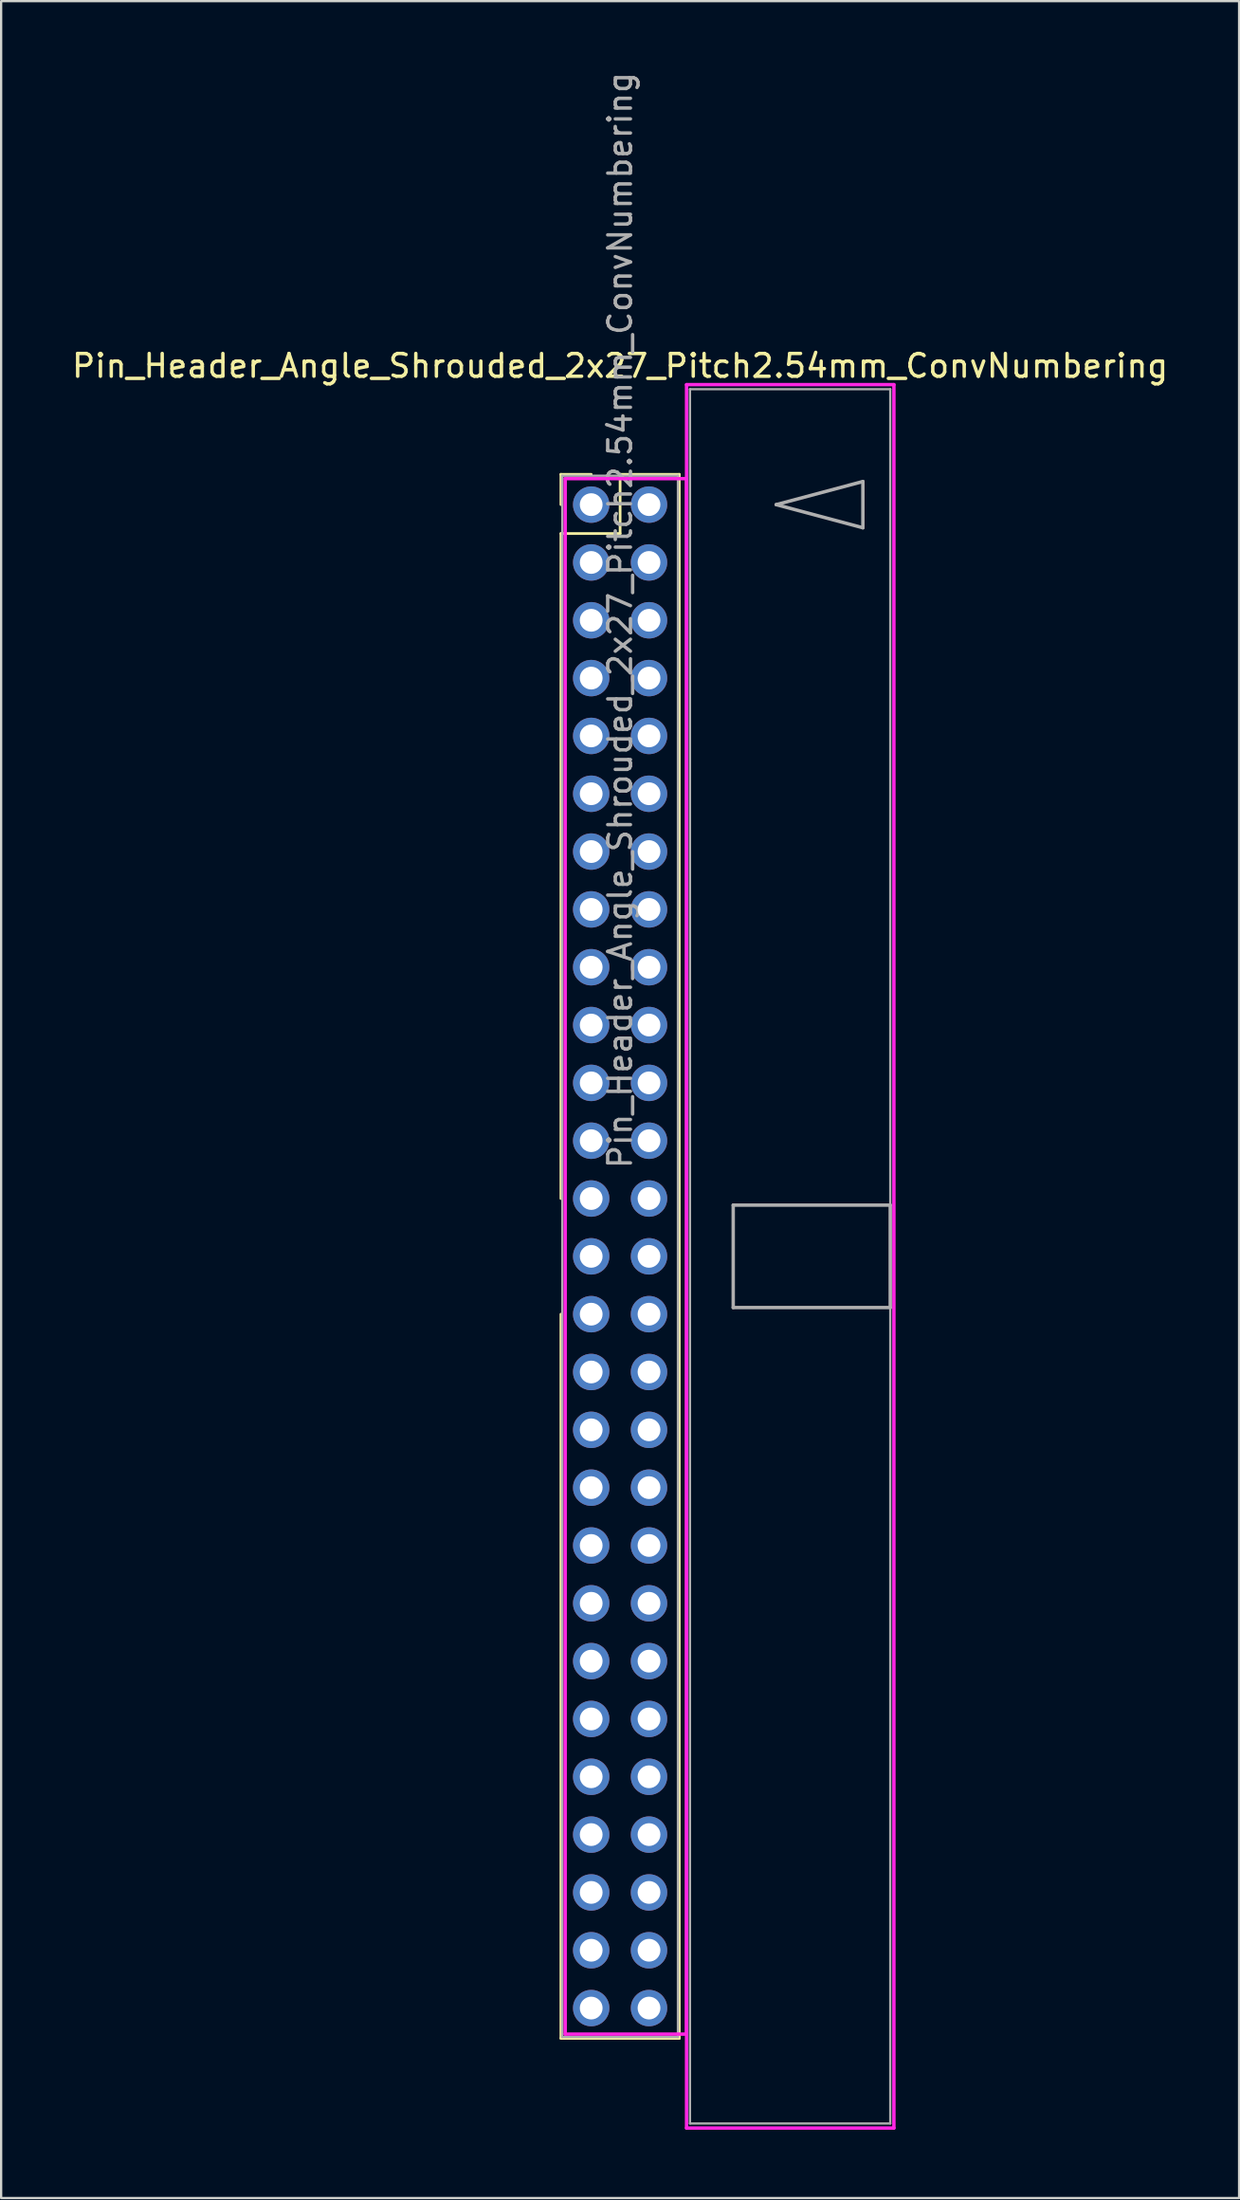
<source format=kicad_pcb>
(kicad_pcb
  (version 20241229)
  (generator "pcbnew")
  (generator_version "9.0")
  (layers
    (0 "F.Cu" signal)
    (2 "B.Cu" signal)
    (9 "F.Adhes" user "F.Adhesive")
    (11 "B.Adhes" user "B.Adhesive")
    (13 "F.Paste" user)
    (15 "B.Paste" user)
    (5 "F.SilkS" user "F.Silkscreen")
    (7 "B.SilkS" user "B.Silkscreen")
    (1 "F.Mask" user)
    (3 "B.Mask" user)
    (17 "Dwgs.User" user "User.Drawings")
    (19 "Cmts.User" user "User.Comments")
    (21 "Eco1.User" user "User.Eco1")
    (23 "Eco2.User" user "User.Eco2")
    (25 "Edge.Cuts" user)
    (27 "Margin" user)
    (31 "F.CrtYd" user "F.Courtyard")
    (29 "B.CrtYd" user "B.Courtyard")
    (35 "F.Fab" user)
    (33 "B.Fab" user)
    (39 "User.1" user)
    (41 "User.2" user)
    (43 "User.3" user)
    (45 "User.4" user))
  (footprint "Pin_Header_Angle_Shrouded_2x27_Pitch2.54mm_ConvNumbering"
    (layer "F.Cu")
    (at 22.926 19.116)
    (property "Reference" "Pin_Header_Angle_Shrouded_2x27_Pitch2.54mm_ConvNumbering" (at 1.27 -6.096 0) (layer "F.SilkS") (effects (font (size 1 1) (thickness 0.15))))
    (attr through_hole)
    (fp_line (start -1.33 -1.33) (end 0 -1.33) (stroke (width 0.12) (type solid)) (layer "F.SilkS"))
    (fp_line (start -1.33 0) (end -1.33 -1.33) (stroke (width 0.12) (type solid)) (layer "F.SilkS"))
    (fp_line (start -1.33 1.27) (end -1.33 30.48) (stroke (width 0.12) (type solid)) (layer "F.SilkS"))
    (fp_line (start -1.33 1.27) (end 1.27 1.27) (stroke (width 0.12) (type solid)) (layer "F.SilkS"))
    (fp_line (start -1.33 35.56) (end -1.33 67.37) (stroke (width 0.12) (type solid)) (layer "F.SilkS"))
    (fp_line (start -1.33 67.37) (end 3.87 67.37) (stroke (width 0.12) (type solid)) (layer "F.SilkS"))
    (fp_line (start 1.27 -1.33) (end 3.87 -1.33) (stroke (width 0.12) (type solid)) (layer "F.SilkS"))
    (fp_line (start 1.27 1.27) (end 1.27 -1.33) (stroke (width 0.12) (type solid)) (layer "F.SilkS"))
    (fp_line (start 3.87 -1.33) (end 3.87 67.37) (stroke (width 0.12) (type solid)) (layer "F.SilkS"))
    (fp_line (start -1.143 -1.143) (end -1.143 67.183) (stroke (width 0.15) (type solid)) (layer "F.CrtYd"))
    (fp_line (start -1.143 67.183) (end 4.19 67.183) (stroke (width 0.15) (type solid)) (layer "F.CrtYd"))
    (fp_line (start 4.19 -5.27) (end 4.19 71.31) (stroke (width 0.15) (type solid)) (layer "F.CrtYd"))
    (fp_line (start 4.19 -1.143) (end -1.143 -1.143) (stroke (width 0.15) (type solid)) (layer "F.CrtYd"))
    (fp_line (start 4.19 67.183) (end 4.19 -1.143) (stroke (width 0.15) (type solid)) (layer "F.CrtYd"))
    (fp_line (start 4.19 71.31) (end 13.3 71.31) (stroke (width 0.15) (type solid)) (layer "F.CrtYd"))
    (fp_line (start 13.3 -5.27) (end 4.19 -5.27) (stroke (width 0.15) (type solid)) (layer "F.CrtYd"))
    (fp_line (start 13.3 71.31) (end 13.3 -5.27) (stroke (width 0.15) (type solid)) (layer "F.CrtYd"))
    (fp_line (start -1.27 -1.27) (end -1.27 67.31) (stroke (width 0.1) (type solid)) (layer "F.Fab"))
    (fp_line (start -1.27 67.31) (end 3.81 67.31) (stroke (width 0.1) (type solid)) (layer "F.Fab"))
    (fp_line (start 3.81 -1.27) (end -1.27 -1.27) (stroke (width 0.1) (type solid)) (layer "F.Fab"))
    (fp_line (start 3.81 67.31) (end 3.81 -1.27) (stroke (width 0.1) (type solid)) (layer "F.Fab"))
    (fp_line (start 4.34 -5.07) (end 4.34 71.11) (stroke (width 0.1) (type solid)) (layer "F.Fab"))
    (fp_line (start 4.34 71.11) (end 13.14 71.11) (stroke (width 0.1) (type solid)) (layer "F.Fab"))
    (fp_line (start 6.24 30.77) (end 6.24 35.27) (stroke (width 0.15) (type solid)) (layer "F.Fab"))
    (fp_line (start 6.24 35.27) (end 13.14 35.27) (stroke (width 0.15) (type solid)) (layer "F.Fab"))
    (fp_line (start 8.128 0) (end 11.938 -1.016) (stroke (width 0.15) (type solid)) (layer "F.Fab"))
    (fp_line (start 11.938 -1.016) (end 11.938 1.016) (stroke (width 0.15) (type solid)) (layer "F.Fab"))
    (fp_line (start 11.938 1.016) (end 8.128 0) (stroke (width 0.15) (type solid)) (layer "F.Fab"))
    (fp_line (start 13.14 -5.07) (end 4.34 -5.07) (stroke (width 0.1) (type solid)) (layer "F.Fab"))
    (fp_line (start 13.14 30.77) (end 6.24 30.77) (stroke (width 0.15) (type solid)) (layer "F.Fab"))
    (fp_line (start 13.14 35.27) (end 13.14 30.77) (stroke (width 0.15) (type solid)) (layer "F.Fab"))
    (fp_line (start 13.14 71.11) (end 13.14 -5.07) (stroke (width 0.1) (type solid)) (layer "F.Fab"))
    (fp_text user "${REFERENCE}" (at 1.27 5.08 90) (layer "F.Fab") (effects (font (size 1 1) (thickness 0.15))))
    (pad "1" thru_hole oval (at 0 0) (size 1.6 1.6) (drill 1) (layers "*.Cu" "*.Mask"))
    (pad "2" thru_hole oval (at 2.54 0) (size 1.6 1.6) (drill 1) (layers "*.Cu" "*.Mask"))
    (pad "3" thru_hole oval (at 0 2.54) (size 1.6 1.6) (drill 1) (layers "*.Cu" "*.Mask"))
    (pad "4" thru_hole oval (at 2.54 2.54) (size 1.6 1.6) (drill 1) (layers "*.Cu" "*.Mask"))
    (pad "5" thru_hole oval (at 0 5.08) (size 1.6 1.6) (drill 1) (layers "*.Cu" "*.Mask"))
    (pad "6" thru_hole oval (at 2.54 5.08) (size 1.6 1.6) (drill 1) (layers "*.Cu" "*.Mask"))
    (pad "7" thru_hole oval (at 0 7.62) (size 1.6 1.6) (drill 1) (layers "*.Cu" "*.Mask"))
    (pad "8" thru_hole oval (at 2.54 7.62) (size 1.6 1.6) (drill 1) (layers "*.Cu" "*.Mask"))
    (pad "9" thru_hole oval (at 0 10.16) (size 1.6 1.6) (drill 1) (layers "*.Cu" "*.Mask"))
    (pad "10" thru_hole oval (at 2.54 10.16) (size 1.6 1.6) (drill 1) (layers "*.Cu" "*.Mask"))
    (pad "11" thru_hole oval (at 0 12.7) (size 1.6 1.6) (drill 1) (layers "*.Cu" "*.Mask"))
    (pad "12" thru_hole oval (at 2.54 12.7) (size 1.6 1.6) (drill 1) (layers "*.Cu" "*.Mask"))
    (pad "13" thru_hole oval (at 0 15.24) (size 1.6 1.6) (drill 1) (layers "*.Cu" "*.Mask"))
    (pad "14" thru_hole oval (at 2.54 15.24) (size 1.6 1.6) (drill 1) (layers "*.Cu" "*.Mask"))
    (pad "15" thru_hole oval (at 0 17.78) (size 1.6 1.6) (drill 1) (layers "*.Cu" "*.Mask"))
    (pad "16" thru_hole oval (at 2.54 17.78) (size 1.6 1.6) (drill 1) (layers "*.Cu" "*.Mask"))
    (pad "17" thru_hole oval (at 0 20.32) (size 1.6 1.6) (drill 1) (layers "*.Cu" "*.Mask"))
    (pad "18" thru_hole oval (at 2.54 20.32) (size 1.6 1.6) (drill 1) (layers "*.Cu" "*.Mask"))
    (pad "19" thru_hole oval (at 0 22.86) (size 1.6 1.6) (drill 1) (layers "*.Cu" "*.Mask"))
    (pad "20" thru_hole oval (at 2.54 22.86) (size 1.6 1.6) (drill 1) (layers "*.Cu" "*.Mask"))
    (pad "21" thru_hole oval (at 0 25.4) (size 1.6 1.6) (drill 1) (layers "*.Cu" "*.Mask"))
    (pad "22" thru_hole oval (at 2.54 25.4) (size 1.6 1.6) (drill 1) (layers "*.Cu" "*.Mask"))
    (pad "23" thru_hole oval (at 0 27.94) (size 1.6 1.6) (drill 1) (layers "*.Cu" "*.Mask"))
    (pad "24" thru_hole oval (at 2.54 27.94) (size 1.6 1.6) (drill 1) (layers "*.Cu" "*.Mask"))
    (pad "25" thru_hole oval (at 0 30.48) (size 1.6 1.6) (drill 1) (layers "*.Cu" "*.Mask"))
    (pad "26" thru_hole oval (at 2.54 30.48) (size 1.6 1.6) (drill 1) (layers "*.Cu" "*.Mask"))
    (pad "27" thru_hole oval (at 0 33.02) (size 1.6 1.6) (drill 1) (layers "*.Cu" "*.Mask"))
    (pad "28" thru_hole oval (at 2.54 33.02) (size 1.6 1.6) (drill 1) (layers "*.Cu" "*.Mask"))
    (pad "29" thru_hole oval (at 0 35.56) (size 1.6 1.6) (drill 1) (layers "*.Cu" "*.Mask"))
    (pad "30" thru_hole oval (at 2.54 35.56) (size 1.6 1.6) (drill 1) (layers "*.Cu" "*.Mask"))
    (pad "31" thru_hole oval (at 0 38.1) (size 1.6 1.6) (drill 1) (layers "*.Cu" "*.Mask"))
    (pad "32" thru_hole oval (at 2.54 38.1) (size 1.6 1.6) (drill 1) (layers "*.Cu" "*.Mask"))
    (pad "33" thru_hole oval (at 0 40.64) (size 1.6 1.6) (drill 1) (layers "*.Cu" "*.Mask"))
    (pad "34" thru_hole oval (at 2.54 40.64) (size 1.6 1.6) (drill 1) (layers "*.Cu" "*.Mask"))
    (pad "35" thru_hole oval (at 0 43.18) (size 1.6 1.6) (drill 1) (layers "*.Cu" "*.Mask"))
    (pad "36" thru_hole oval (at 2.54 43.18) (size 1.6 1.6) (drill 1) (layers "*.Cu" "*.Mask"))
    (pad "37" thru_hole oval (at 0 45.72) (size 1.6 1.6) (drill 1) (layers "*.Cu" "*.Mask"))
    (pad "38" thru_hole oval (at 2.54 45.72) (size 1.6 1.6) (drill 1) (layers "*.Cu" "*.Mask"))
    (pad "39" thru_hole oval (at 0 48.26) (size 1.6 1.6) (drill 1) (layers "*.Cu" "*.Mask"))
    (pad "40" thru_hole oval (at 2.54 48.26) (size 1.6 1.6) (drill 1) (layers "*.Cu" "*.Mask"))
    (pad "41" thru_hole oval (at 0 50.8) (size 1.6 1.6) (drill 1) (layers "*.Cu" "*.Mask"))
    (pad "42" thru_hole oval (at 2.54 50.8) (size 1.6 1.6) (drill 1) (layers "*.Cu" "*.Mask"))
    (pad "43" thru_hole oval (at 0 53.34) (size 1.6 1.6) (drill 1) (layers "*.Cu" "*.Mask"))
    (pad "44" thru_hole oval (at 2.54 53.34) (size 1.6 1.6) (drill 1) (layers "*.Cu" "*.Mask"))
    (pad "45" thru_hole oval (at 0 55.88) (size 1.6 1.6) (drill 1) (layers "*.Cu" "*.Mask"))
    (pad "46" thru_hole oval (at 2.54 55.88) (size 1.6 1.6) (drill 1) (layers "*.Cu" "*.Mask"))
    (pad "47" thru_hole oval (at 0 58.42) (size 1.6 1.6) (drill 1) (layers "*.Cu" "*.Mask"))
    (pad "48" thru_hole oval (at 2.54 58.42) (size 1.6 1.6) (drill 1) (layers "*.Cu" "*.Mask"))
    (pad "49" thru_hole oval (at 0 60.96) (size 1.6 1.6) (drill 1) (layers "*.Cu" "*.Mask"))
    (pad "50" thru_hole oval (at 2.54 60.96) (size 1.6 1.6) (drill 1) (layers "*.Cu" "*.Mask"))
    (pad "51" thru_hole oval (at 0 63.5) (size 1.6 1.6) (drill 1) (layers "*.Cu" "*.Mask"))
    (pad "52" thru_hole oval (at 2.54 63.5) (size 1.6 1.6) (drill 1) (layers "*.Cu" "*.Mask"))
    (pad "53" thru_hole oval (at 0 66.04) (size 1.6 1.6) (drill 1) (layers "*.Cu" "*.Mask"))
    (pad "54" thru_hole oval (at 2.54 66.04) (size 1.6 1.6) (drill 1) (layers "*.Cu" "*.Mask")))
  (gr_rect
    (start -3 -3)
    (end 51.393 93.501)
    (stroke (width 0.1) (type default))
    (fill no)
    (layer "Edge.Cuts")))
</source>
